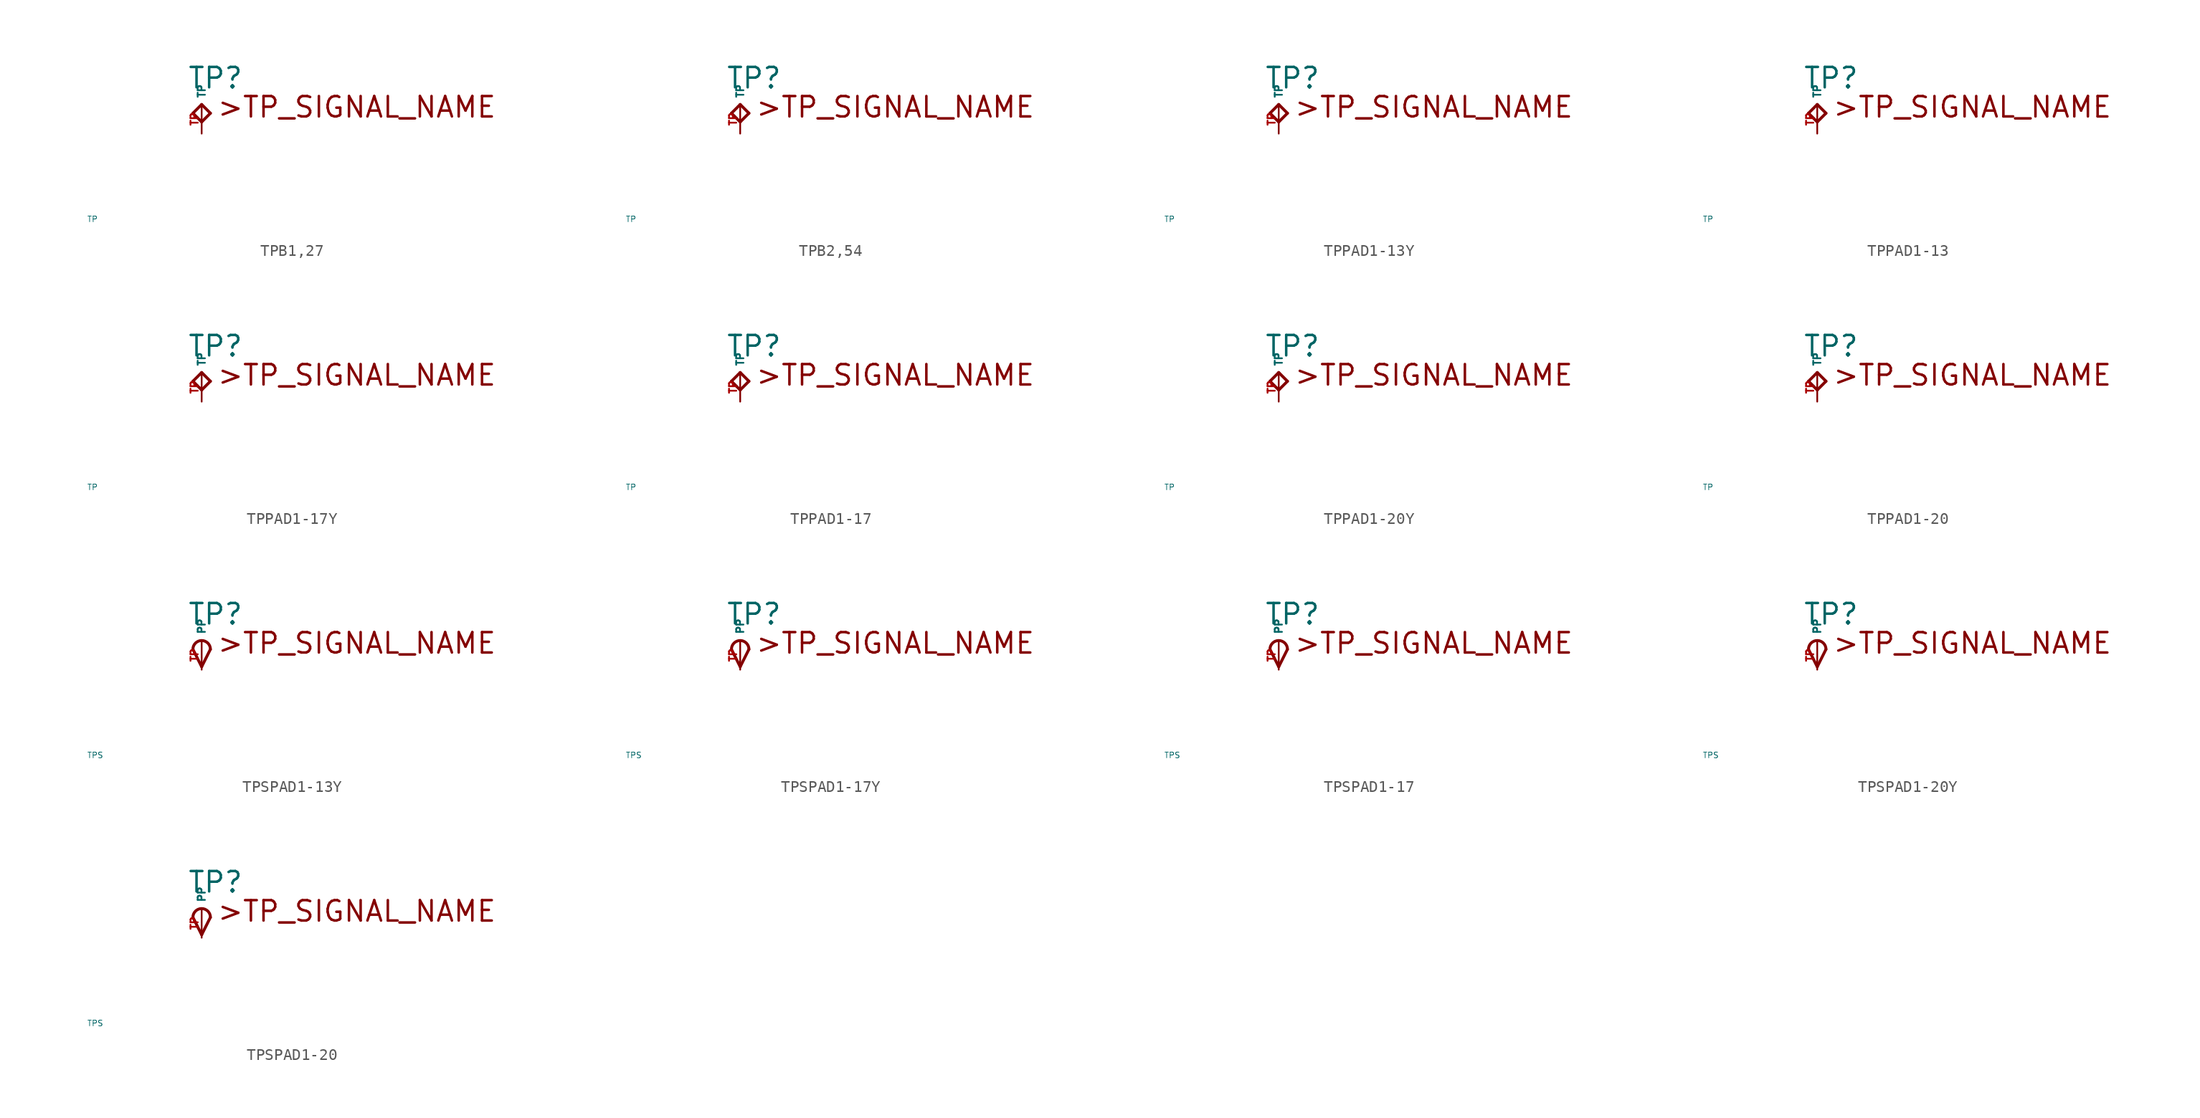
<source format=kicad_sym>
(kicad_symbol_lib
  (version 20220914)
  (generator Eagle2Kicad)
  (symbol "TPB1,27"
    (property "Reference" "TP"
      (at -1.27 1.27 0)
      (effects (font (size 1.778 1.778) (thickness 0.22)) (justify left bottom)))
    (property "Value" "TP"
      (at -10 -10 0)
      (effects (font (size 0.5 0.5) (thickness 0.06)) (justify left)))
    (polyline
      (pts (xy -0.762 -0.762) (xy 0 0))
      (stroke (width 0.254) (type default))
      (fill (type none)))
    (polyline
      (pts (xy 0 0) (xy 0.762 -0.762))
      (stroke (width 0.254) (type default))
      (fill (type none)))
    (polyline
      (pts (xy 0.762 -0.762) (xy 0 -1.524))
      (stroke (width 0.254) (type default))
      (fill (type none)))
    (polyline
      (pts (xy 0 -1.524) (xy -0.762 -0.762))
      (stroke (width 0.254) (type default))
      (fill (type none)))
    (text ">TP_SIGNAL_NAME"
      (at 1.27 -1.27 0)
      (effects (font (size 1.778 1.778) (thickness 0.22)) (justify left bottom)))
    (pin input line
      (at 0 -2.54 90)
      (length 2.54)
      (name "TP" (effects (font (size 0.635 0.635) (thickness 0.08)) (justify left bottom)))
      (number "TP" (effects (font (size 0.635 0.635) (thickness 0.08)) (justify left bottom)))))
  (symbol "TPB2,54"
    (property "Reference" "TP"
      (at -1.27 1.27 0)
      (effects (font (size 1.778 1.778) (thickness 0.22)) (justify left bottom)))
    (property "Value" "TP"
      (at -10 -10 0)
      (effects (font (size 0.5 0.5) (thickness 0.06)) (justify left)))
    (polyline
      (pts (xy -0.762 -0.762) (xy 0 0))
      (stroke (width 0.254) (type default))
      (fill (type none)))
    (polyline
      (pts (xy 0 0) (xy 0.762 -0.762))
      (stroke (width 0.254) (type default))
      (fill (type none)))
    (polyline
      (pts (xy 0.762 -0.762) (xy 0 -1.524))
      (stroke (width 0.254) (type default))
      (fill (type none)))
    (polyline
      (pts (xy 0 -1.524) (xy -0.762 -0.762))
      (stroke (width 0.254) (type default))
      (fill (type none)))
    (text ">TP_SIGNAL_NAME"
      (at 1.27 -1.27 0)
      (effects (font (size 1.778 1.778) (thickness 0.22)) (justify left bottom)))
    (pin input line
      (at 0 -2.54 90)
      (length 2.54)
      (name "TP" (effects (font (size 0.635 0.635) (thickness 0.08)) (justify left bottom)))
      (number "TP" (effects (font (size 0.635 0.635) (thickness 0.08)) (justify left bottom)))))
  (symbol "TPPAD1-13Y"
    (property "Reference" "TP"
      (at -1.27 1.27 0)
      (effects (font (size 1.778 1.778) (thickness 0.22)) (justify left bottom)))
    (property "Value" "TP"
      (at -10 -10 0)
      (effects (font (size 0.5 0.5) (thickness 0.06)) (justify left)))
    (polyline
      (pts (xy -0.762 -0.762) (xy 0 0))
      (stroke (width 0.254) (type default))
      (fill (type none)))
    (polyline
      (pts (xy 0 0) (xy 0.762 -0.762))
      (stroke (width 0.254) (type default))
      (fill (type none)))
    (polyline
      (pts (xy 0.762 -0.762) (xy 0 -1.524))
      (stroke (width 0.254) (type default))
      (fill (type none)))
    (polyline
      (pts (xy 0 -1.524) (xy -0.762 -0.762))
      (stroke (width 0.254) (type default))
      (fill (type none)))
    (text ">TP_SIGNAL_NAME"
      (at 1.27 -1.27 0)
      (effects (font (size 1.778 1.778) (thickness 0.22)) (justify left bottom)))
    (pin input line
      (at 0 -2.54 90)
      (length 2.54)
      (name "TP" (effects (font (size 0.635 0.635) (thickness 0.08)) (justify left bottom)))
      (number "TP" (effects (font (size 0.635 0.635) (thickness 0.08)) (justify left bottom)))))
  (symbol "TPPAD1-13"
    (property "Reference" "TP"
      (at -1.27 1.27 0)
      (effects (font (size 1.778 1.778) (thickness 0.22)) (justify left bottom)))
    (property "Value" "TP"
      (at -10 -10 0)
      (effects (font (size 0.5 0.5) (thickness 0.06)) (justify left)))
    (polyline
      (pts (xy -0.762 -0.762) (xy 0 0))
      (stroke (width 0.254) (type default))
      (fill (type none)))
    (polyline
      (pts (xy 0 0) (xy 0.762 -0.762))
      (stroke (width 0.254) (type default))
      (fill (type none)))
    (polyline
      (pts (xy 0.762 -0.762) (xy 0 -1.524))
      (stroke (width 0.254) (type default))
      (fill (type none)))
    (polyline
      (pts (xy 0 -1.524) (xy -0.762 -0.762))
      (stroke (width 0.254) (type default))
      (fill (type none)))
    (text ">TP_SIGNAL_NAME"
      (at 1.27 -1.27 0)
      (effects (font (size 1.778 1.778) (thickness 0.22)) (justify left bottom)))
    (pin input line
      (at 0 -2.54 90)
      (length 2.54)
      (name "TP" (effects (font (size 0.635 0.635) (thickness 0.08)) (justify left bottom)))
      (number "TP" (effects (font (size 0.635 0.635) (thickness 0.08)) (justify left bottom)))))
  (symbol "TPPAD1-17Y"
    (property "Reference" "TP"
      (at -1.27 1.27 0)
      (effects (font (size 1.778 1.778) (thickness 0.22)) (justify left bottom)))
    (property "Value" "TP"
      (at -10 -10 0)
      (effects (font (size 0.5 0.5) (thickness 0.06)) (justify left)))
    (polyline
      (pts (xy -0.762 -0.762) (xy 0 0))
      (stroke (width 0.254) (type default))
      (fill (type none)))
    (polyline
      (pts (xy 0 0) (xy 0.762 -0.762))
      (stroke (width 0.254) (type default))
      (fill (type none)))
    (polyline
      (pts (xy 0.762 -0.762) (xy 0 -1.524))
      (stroke (width 0.254) (type default))
      (fill (type none)))
    (polyline
      (pts (xy 0 -1.524) (xy -0.762 -0.762))
      (stroke (width 0.254) (type default))
      (fill (type none)))
    (text ">TP_SIGNAL_NAME"
      (at 1.27 -1.27 0)
      (effects (font (size 1.778 1.778) (thickness 0.22)) (justify left bottom)))
    (pin input line
      (at 0 -2.54 90)
      (length 2.54)
      (name "TP" (effects (font (size 0.635 0.635) (thickness 0.08)) (justify left bottom)))
      (number "TP" (effects (font (size 0.635 0.635) (thickness 0.08)) (justify left bottom)))))
  (symbol "TPPAD1-17"
    (property "Reference" "TP"
      (at -1.27 1.27 0)
      (effects (font (size 1.778 1.778) (thickness 0.22)) (justify left bottom)))
    (property "Value" "TP"
      (at -10 -10 0)
      (effects (font (size 0.5 0.5) (thickness 0.06)) (justify left)))
    (polyline
      (pts (xy -0.762 -0.762) (xy 0 0))
      (stroke (width 0.254) (type default))
      (fill (type none)))
    (polyline
      (pts (xy 0 0) (xy 0.762 -0.762))
      (stroke (width 0.254) (type default))
      (fill (type none)))
    (polyline
      (pts (xy 0.762 -0.762) (xy 0 -1.524))
      (stroke (width 0.254) (type default))
      (fill (type none)))
    (polyline
      (pts (xy 0 -1.524) (xy -0.762 -0.762))
      (stroke (width 0.254) (type default))
      (fill (type none)))
    (text ">TP_SIGNAL_NAME"
      (at 1.27 -1.27 0)
      (effects (font (size 1.778 1.778) (thickness 0.22)) (justify left bottom)))
    (pin input line
      (at 0 -2.54 90)
      (length 2.54)
      (name "TP" (effects (font (size 0.635 0.635) (thickness 0.08)) (justify left bottom)))
      (number "TP" (effects (font (size 0.635 0.635) (thickness 0.08)) (justify left bottom)))))
  (symbol "TPPAD1-20Y"
    (property "Reference" "TP"
      (at -1.27 1.27 0)
      (effects (font (size 1.778 1.778) (thickness 0.22)) (justify left bottom)))
    (property "Value" "TP"
      (at -10 -10 0)
      (effects (font (size 0.5 0.5) (thickness 0.06)) (justify left)))
    (polyline
      (pts (xy -0.762 -0.762) (xy 0 0))
      (stroke (width 0.254) (type default))
      (fill (type none)))
    (polyline
      (pts (xy 0 0) (xy 0.762 -0.762))
      (stroke (width 0.254) (type default))
      (fill (type none)))
    (polyline
      (pts (xy 0.762 -0.762) (xy 0 -1.524))
      (stroke (width 0.254) (type default))
      (fill (type none)))
    (polyline
      (pts (xy 0 -1.524) (xy -0.762 -0.762))
      (stroke (width 0.254) (type default))
      (fill (type none)))
    (text ">TP_SIGNAL_NAME"
      (at 1.27 -1.27 0)
      (effects (font (size 1.778 1.778) (thickness 0.22)) (justify left bottom)))
    (pin input line
      (at 0 -2.54 90)
      (length 2.54)
      (name "TP" (effects (font (size 0.635 0.635) (thickness 0.08)) (justify left bottom)))
      (number "TP" (effects (font (size 0.635 0.635) (thickness 0.08)) (justify left bottom)))))
  (symbol "TPPAD1-20"
    (property "Reference" "TP"
      (at -1.27 1.27 0)
      (effects (font (size 1.778 1.778) (thickness 0.22)) (justify left bottom)))
    (property "Value" "TP"
      (at -10 -10 0)
      (effects (font (size 0.5 0.5) (thickness 0.06)) (justify left)))
    (polyline
      (pts (xy -0.762 -0.762) (xy 0 0))
      (stroke (width 0.254) (type default))
      (fill (type none)))
    (polyline
      (pts (xy 0 0) (xy 0.762 -0.762))
      (stroke (width 0.254) (type default))
      (fill (type none)))
    (polyline
      (pts (xy 0.762 -0.762) (xy 0 -1.524))
      (stroke (width 0.254) (type default))
      (fill (type none)))
    (polyline
      (pts (xy 0 -1.524) (xy -0.762 -0.762))
      (stroke (width 0.254) (type default))
      (fill (type none)))
    (text ">TP_SIGNAL_NAME"
      (at 1.27 -1.27 0)
      (effects (font (size 1.778 1.778) (thickness 0.22)) (justify left bottom)))
    (pin input line
      (at 0 -2.54 90)
      (length 2.54)
      (name "TP" (effects (font (size 0.635 0.635) (thickness 0.08)) (justify left bottom)))
      (number "TP" (effects (font (size 0.635 0.635) (thickness 0.08)) (justify left bottom)))))
  (symbol "TPSPAD1-13Y"
    (property "Reference" "TP"
      (at -1.27 1.27 0)
      (effects (font (size 1.778 1.778) (thickness 0.22)) (justify left bottom)))
    (property "Value" "TPS"
      (at -10 -10 0)
      (effects (font (size 0.5 0.5) (thickness 0.06)) (justify left)))
    (polyline
      (pts (xy 0.762 -0.762) (xy 0 -2.286))
      (stroke (width 0.254) (type default))
      (fill (type none)))
    (polyline
      (pts (xy 0 -2.286) (xy -0.762 -0.762))
      (stroke (width 0.254) (type default))
      (fill (type none)))
    (arc
      (start 0.762 -0.762)
      (mid 0.000 0.000)
      (end -0.762 -0.762)
      (stroke (width 0.254) (type default))
      (fill (type none)))
    (text ">TP_SIGNAL_NAME"
      (at 1.27 -1.27 0)
      (effects (font (size 1.778 1.778) (thickness 0.22)) (justify left bottom)))
    (pin input line
      (at 0 -2.54 90)
      (length 2.54)
      (name "PP" (effects (font (size 0.635 0.635) (thickness 0.08)) (justify left bottom)))
      (number "TP" (effects (font (size 0.635 0.635) (thickness 0.08)) (justify left bottom)))))
  (symbol "TPSPAD1-17Y"
    (property "Reference" "TP"
      (at -1.27 1.27 0)
      (effects (font (size 1.778 1.778) (thickness 0.22)) (justify left bottom)))
    (property "Value" "TPS"
      (at -10 -10 0)
      (effects (font (size 0.5 0.5) (thickness 0.06)) (justify left)))
    (polyline
      (pts (xy 0.762 -0.762) (xy 0 -2.286))
      (stroke (width 0.254) (type default))
      (fill (type none)))
    (polyline
      (pts (xy 0 -2.286) (xy -0.762 -0.762))
      (stroke (width 0.254) (type default))
      (fill (type none)))
    (arc
      (start 0.762 -0.762)
      (mid 0.000 0.000)
      (end -0.762 -0.762)
      (stroke (width 0.254) (type default))
      (fill (type none)))
    (text ">TP_SIGNAL_NAME"
      (at 1.27 -1.27 0)
      (effects (font (size 1.778 1.778) (thickness 0.22)) (justify left bottom)))
    (pin input line
      (at 0 -2.54 90)
      (length 2.54)
      (name "PP" (effects (font (size 0.635 0.635) (thickness 0.08)) (justify left bottom)))
      (number "TP" (effects (font (size 0.635 0.635) (thickness 0.08)) (justify left bottom)))))
  (symbol "TPSPAD1-17"
    (property "Reference" "TP"
      (at -1.27 1.27 0)
      (effects (font (size 1.778 1.778) (thickness 0.22)) (justify left bottom)))
    (property "Value" "TPS"
      (at -10 -10 0)
      (effects (font (size 0.5 0.5) (thickness 0.06)) (justify left)))
    (polyline
      (pts (xy 0.762 -0.762) (xy 0 -2.286))
      (stroke (width 0.254) (type default))
      (fill (type none)))
    (polyline
      (pts (xy 0 -2.286) (xy -0.762 -0.762))
      (stroke (width 0.254) (type default))
      (fill (type none)))
    (arc
      (start 0.762 -0.762)
      (mid 0.000 0.000)
      (end -0.762 -0.762)
      (stroke (width 0.254) (type default))
      (fill (type none)))
    (text ">TP_SIGNAL_NAME"
      (at 1.27 -1.27 0)
      (effects (font (size 1.778 1.778) (thickness 0.22)) (justify left bottom)))
    (pin input line
      (at 0 -2.54 90)
      (length 2.54)
      (name "PP" (effects (font (size 0.635 0.635) (thickness 0.08)) (justify left bottom)))
      (number "TP" (effects (font (size 0.635 0.635) (thickness 0.08)) (justify left bottom)))))
  (symbol "TPSPAD1-20Y"
    (property "Reference" "TP"
      (at -1.27 1.27 0)
      (effects (font (size 1.778 1.778) (thickness 0.22)) (justify left bottom)))
    (property "Value" "TPS"
      (at -10 -10 0)
      (effects (font (size 0.5 0.5) (thickness 0.06)) (justify left)))
    (polyline
      (pts (xy 0.762 -0.762) (xy 0 -2.286))
      (stroke (width 0.254) (type default))
      (fill (type none)))
    (polyline
      (pts (xy 0 -2.286) (xy -0.762 -0.762))
      (stroke (width 0.254) (type default))
      (fill (type none)))
    (arc
      (start 0.762 -0.762)
      (mid 0.000 0.000)
      (end -0.762 -0.762)
      (stroke (width 0.254) (type default))
      (fill (type none)))
    (text ">TP_SIGNAL_NAME"
      (at 1.27 -1.27 0)
      (effects (font (size 1.778 1.778) (thickness 0.22)) (justify left bottom)))
    (pin input line
      (at 0 -2.54 90)
      (length 2.54)
      (name "PP" (effects (font (size 0.635 0.635) (thickness 0.08)) (justify left bottom)))
      (number "TP" (effects (font (size 0.635 0.635) (thickness 0.08)) (justify left bottom)))))
  (symbol "TPSPAD1-20"
    (property "Reference" "TP"
      (at -1.27 1.27 0)
      (effects (font (size 1.778 1.778) (thickness 0.22)) (justify left bottom)))
    (property "Value" "TPS"
      (at -10 -10 0)
      (effects (font (size 0.5 0.5) (thickness 0.06)) (justify left)))
    (polyline
      (pts (xy 0.762 -0.762) (xy 0 -2.286))
      (stroke (width 0.254) (type default))
      (fill (type none)))
    (polyline
      (pts (xy 0 -2.286) (xy -0.762 -0.762))
      (stroke (width 0.254) (type default))
      (fill (type none)))
    (arc
      (start 0.762 -0.762)
      (mid 0.000 0.000)
      (end -0.762 -0.762)
      (stroke (width 0.254) (type default))
      (fill (type none)))
    (text ">TP_SIGNAL_NAME"
      (at 1.27 -1.27 0)
      (effects (font (size 1.778 1.778) (thickness 0.22)) (justify left bottom)))
    (pin input line
      (at 0 -2.54 90)
      (length 2.54)
      (name "PP" (effects (font (size 0.635 0.635) (thickness 0.08)) (justify left bottom)))
      (number "TP" (effects (font (size 0.635 0.635) (thickness 0.08)) (justify left bottom))))))
</source>
